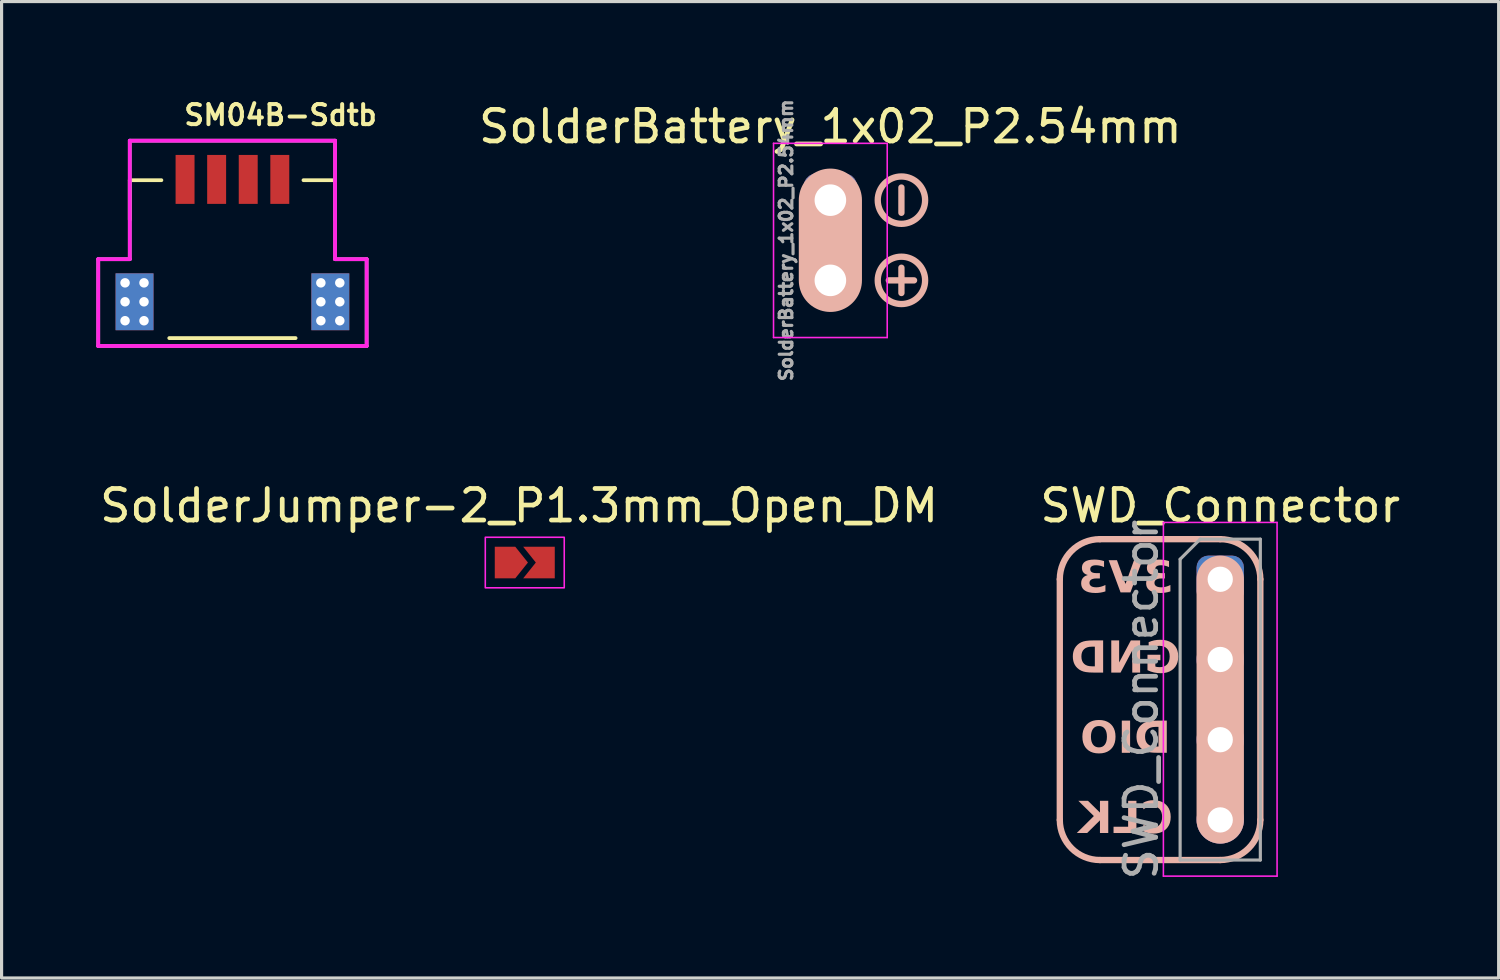
<source format=kicad_pcb>
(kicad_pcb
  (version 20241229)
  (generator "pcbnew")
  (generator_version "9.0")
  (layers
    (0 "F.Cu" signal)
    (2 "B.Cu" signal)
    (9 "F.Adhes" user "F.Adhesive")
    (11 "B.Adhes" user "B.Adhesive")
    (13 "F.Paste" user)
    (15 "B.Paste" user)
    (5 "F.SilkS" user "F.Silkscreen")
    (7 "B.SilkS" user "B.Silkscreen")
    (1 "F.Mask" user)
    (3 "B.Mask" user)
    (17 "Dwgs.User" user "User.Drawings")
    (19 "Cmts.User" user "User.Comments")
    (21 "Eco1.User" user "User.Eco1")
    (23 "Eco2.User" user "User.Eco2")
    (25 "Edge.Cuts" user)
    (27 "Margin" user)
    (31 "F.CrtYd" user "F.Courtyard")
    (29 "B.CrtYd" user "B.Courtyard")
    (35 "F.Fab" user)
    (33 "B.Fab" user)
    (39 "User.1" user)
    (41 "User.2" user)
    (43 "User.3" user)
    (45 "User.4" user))
  (footprint "SWD_Connector"
    (layer "F.Cu")
    (at 35.589 15.293)
    (property "Reference" "SWD_Connector" (at 0 -2.33 0) (layer "F.SilkS") (effects (font (size 1 1) (thickness 0.15))))
    (attr through_hole)
    (fp_line (start -5.08 7.62) (end -5.08 0) (stroke (width 0.2) (type default)) (layer "B.SilkS"))
    (fp_line (start -3.81 -1.27) (end 0 -1.27) (stroke (width 0.2) (type default)) (layer "B.SilkS"))
    (fp_line (start -3.81 8.89) (end 0 8.89) (stroke (width 0.2) (type default)) (layer "B.SilkS"))
    (fp_line (start 0.000001 -0.000001) (end 0.000001 7.62) (stroke (width 1.5) (type default)) (layer "B.SilkS"))
    (fp_line (start 1.27 0) (end 1.27 7.62) (stroke (width 0.2) (type default)) (layer "B.SilkS"))
    (fp_arc (start -5.08 0) (mid -4.708026 -0.898026) (end -3.81 -1.27) (stroke (width 0.2) (type default)) (layer "B.SilkS"))
    (fp_arc (start -3.81 8.89) (mid -4.708026 8.518026) (end -5.08 7.62) (stroke (width 0.2) (type default)) (layer "B.SilkS"))
    (fp_arc (start 0 -1.27) (mid 0.898026 -0.898026) (end 1.27 0) (stroke (width 0.2) (type default)) (layer "B.SilkS"))
    (fp_arc (start 1.27 7.62) (mid 0.898026 8.518026) (end 0 8.89) (stroke (width 0.2) (type default)) (layer "B.SilkS"))
    (fp_line (start -1.8 -1.8) (end -1.8 9.4) (stroke (width 0.05) (type solid)) (layer "F.CrtYd"))
    (fp_line (start -1.8 9.4) (end 1.8 9.4) (stroke (width 0.05) (type solid)) (layer "F.CrtYd"))
    (fp_line (start 1.8 -1.8) (end -1.8 -1.8) (stroke (width 0.05) (type solid)) (layer "F.CrtYd"))
    (fp_line (start 1.8 9.4) (end 1.8 -1.8) (stroke (width 0.05) (type solid)) (layer "F.CrtYd"))
    (fp_line (start -1.27 -0.635) (end -0.635 -1.27) (stroke (width 0.1) (type solid)) (layer "F.Fab"))
    (fp_line (start -1.27 8.89) (end -1.27 -0.635) (stroke (width 0.1) (type solid)) (layer "F.Fab"))
    (fp_line (start -0.635 -1.27) (end 1.27 -1.27) (stroke (width 0.1) (type solid)) (layer "F.Fab"))
    (fp_line (start 1.27 -1.27) (end 1.27 8.89) (stroke (width 0.1) (type solid)) (layer "F.Fab"))
    (fp_line (start 1.27 8.89) (end -1.27 8.89) (stroke (width 0.1) (type solid)) (layer "F.Fab"))
    (fp_text user "CLK" (at -3 7.62 0) (unlocked yes) (layer "B.SilkS") (effects (font (face "Hitmo2.0") (size 1 1) (thickness 0.2) (bold yes)) (justify mirror)))
    (fp_text user "GND" (at -3 2.54 0) (unlocked yes) (layer "B.SilkS") (effects (font (face "Hitmo2.0") (size 1 1) (thickness 0.2) (bold yes)) (justify mirror)))
    (fp_text user "DIO" (at -3 5.08 0) (unlocked yes) (layer "B.SilkS") (effects (font (face "Hitmo2.0") (size 1 1) (thickness 0.2) (bold yes)) (justify mirror)))
    (fp_text user "3V3" (at -3 0 0) (unlocked yes) (layer "B.SilkS") (effects (font (face "Hitmo2.0") (size 1 1) (thickness 0.2) (bold yes)) (justify mirror)))
    (fp_text user "${REFERENCE}" (at -2.5 3.81 90) (layer "F.Fab") (effects (font (size 1 1) (thickness 0.15))))
    (pad "1" thru_hole roundrect (at 0 0) (size 1.5 1.5) (drill 0.8) (layers "*.Cu" "B.Mask") (roundrect_rratio 0.25))
    (pad "2" thru_hole circle (at 0 2.54) (size 1.5 1.5) (drill 0.8) (layers "*.Cu" "B.Mask"))
    (pad "3" thru_hole circle (at 0 5.08) (size 1.5 1.5) (drill 0.8) (layers "*.Cu" "B.Mask"))
    (pad "4" thru_hole circle (at 0 7.62) (size 1.5 1.5) (drill 0.8) (layers "*.Cu" "B.Mask")))
  (footprint "SolderJumper-2_P1.3mm_Open_DM"
    (layer "F.Cu")
    (at 13.567 14.763)
    (property "Reference" "SolderJumper-2_P1.3mm_Open_DM" (at -0.18 -1.8 0) (layer "F.SilkS") (effects (font (size 1 1) (thickness 0.15))))
    (attr exclude_from_pos_files exclude_from_bom)
    (fp_rect (start -1.25 -0.8) (end 1.25 0.8) (stroke (width 0.05) (type default)) (fill no) (layer "F.CrtYd"))
    (pad "1" smd custom (at -0.6 0) (size 0.3 0.3) (layers "F.Cu" "F.Mask") (options (anchor rect)) (primitives (gr_poly (pts (xy 0.7 0) (xy 0.3 0.5) (xy -0.35 0.5) (xy -0.35 -0.5) (xy 0.3 -0.5)) (width 0) (fill yes))))
    (pad "2" smd custom (at 0.55 0) (size 0.3 0.3) (layers "F.Cu" "F.Mask") (options (anchor rect)) (primitives (gr_poly (pts (xy 0.4 0.5) (xy -0.6 0.5) (xy -0.2 0) (xy -0.6 -0.5) (xy 0.4 -0.5)) (width 0) (fill yes)))))
  (footprint "SM04B-Sdtb"
    (layer "F.Cu")
    (at 4.31 3.406)
    (property "Reference" "SM04B-Sdtb" (at 1.524 -2.812 180) (layer "F.SilkS") (effects (font (size 0.635 0.635) (thickness 0.127))))
    (attr smd)
    (fp_line (start -3.25 -0.75) (end -2.25 -0.75) (stroke (width 0.12) (type solid)) (layer "F.SilkS"))
    (fp_line (start -3.25 0.5) (end -3.25 -0.75) (stroke (width 0.12) (type solid)) (layer "F.SilkS"))
    (fp_line (start -2 4.25) (end 2 4.25) (stroke (width 0.12) (type solid)) (layer "F.SilkS"))
    (fp_line (start 3.25 -0.75) (end 2.25 -0.75) (stroke (width 0.12) (type solid)) (layer "F.SilkS"))
    (fp_line (start 3.25 0.5) (end 3.25 -0.75) (stroke (width 0.12) (type solid)) (layer "F.SilkS"))
    (fp_line (start -4.25 1.75) (end -3.25 1.75) (stroke (width 0.12) (type solid)) (layer "F.CrtYd"))
    (fp_line (start -4.25 4.5) (end -4.25 1.75) (stroke (width 0.12) (type solid)) (layer "F.CrtYd"))
    (fp_line (start -3.25 -2) (end 3.25 -2) (stroke (width 0.12) (type solid)) (layer "F.CrtYd"))
    (fp_line (start -3.25 1.75) (end -3.25 -2) (stroke (width 0.12) (type solid)) (layer "F.CrtYd"))
    (fp_line (start 3.25 -2) (end 3.25 1.75) (stroke (width 0.12) (type solid)) (layer "F.CrtYd"))
    (fp_line (start 4.25 1.75) (end 3.25 1.75) (stroke (width 0.12) (type solid)) (layer "F.CrtYd"))
    (fp_line (start 4.25 1.75) (end 4.25 4.5) (stroke (width 0.12) (type solid)) (layer "F.CrtYd"))
    (fp_line (start 4.25 4.5) (end -4.25 4.5) (stroke (width 0.12) (type solid)) (layer "F.CrtYd"))
    (fp_line (start -4.25 1.75) (end -3.25 1.75) (stroke (width 0.12) (type solid)) (layer "F.Fab"))
    (fp_line (start -4.25 4.5) (end -4.25 1.75) (stroke (width 0.12) (type solid)) (layer "F.Fab"))
    (fp_line (start -3.25 -2) (end 3.25 -2) (stroke (width 0.12) (type solid)) (layer "F.Fab"))
    (fp_line (start -3.25 1.75) (end -3.25 -2) (stroke (width 0.12) (type solid)) (layer "F.Fab"))
    (fp_line (start 3.25 -2) (end 3.25 1.75) (stroke (width 0.12) (type solid)) (layer "F.Fab"))
    (fp_line (start 3.25 1.75) (end 4.25 1.75) (stroke (width 0.12) (type solid)) (layer "F.Fab"))
    (fp_line (start 4.25 1.75) (end 4.25 4.5) (stroke (width 0.12) (type solid)) (layer "F.Fab"))
    (fp_line (start 4.25 4.5) (end -4.25 4.5) (stroke (width 0.12) (type solid)) (layer "F.Fab"))
    (pad "1" smd rect (at -1.5 -0.775) (size 0.6 1.55) (layers "F.Cu" "F.Mask" "F.Paste"))
    (pad "2" smd rect (at -0.5 -0.775) (size 0.6 1.55) (layers "F.Cu" "F.Mask" "F.Paste"))
    (pad "3" smd rect (at 0.5 -0.775) (size 0.6 1.55) (layers "F.Cu" "F.Mask" "F.Paste"))
    (pad "4" smd rect (at 1.5 -0.775) (size 0.6 1.55) (layers "F.Cu" "F.Mask" "F.Paste"))
    (pad "MP" thru_hole circle (at -3.4 2.5) (size 0.4 0.4) (drill 0.3) (layers "*.Cu" "F.Mask") (remove_unused_layers yes) (keep_end_layers yes) (zone_layer_connections))
    (pad "MP" thru_hole circle (at -3.4 3.1) (size 0.4 0.4) (drill 0.3) (layers "*.Cu" "F.Mask"))
    (pad "MP" thru_hole circle (at -3.4 3.7) (size 0.4 0.4) (drill 0.3) (layers "*.Cu" "F.Mask"))
    (pad "MP" smd rect (at -3.1 3.1) (size 1.2 1.8) (layers "F.Cu" "F.Mask" "F.Paste"))
    (pad "MP" smd rect (at -3.1 3.1) (size 1.2 1.8) (layers "B.Cu"))
    (pad "MP" thru_hole circle (at -2.8 2.5) (size 0.4 0.4) (drill 0.3) (layers "*.Cu" "F.Mask"))
    (pad "MP" thru_hole circle (at -2.8 3.1) (size 0.4 0.4) (drill 0.3) (layers "*.Cu" "F.Mask") (remove_unused_layers yes) (keep_end_layers yes) (zone_layer_connections))
    (pad "MP" thru_hole circle (at -2.8 3.7) (size 0.4 0.4) (drill 0.3) (layers "*.Cu" "F.Mask") (remove_unused_layers yes) (keep_end_layers yes) (zone_layer_connections))
    (pad "MP" thru_hole circle (at 2.8 2.5 90) (size 0.4 0.4) (drill 0.3) (layers "*.Cu" "F.Mask"))
    (pad "MP" thru_hole circle (at 2.8 3.1) (size 0.4 0.4) (drill 0.3) (layers "*.Cu" "F.Mask") (remove_unused_layers yes) (keep_end_layers yes) (zone_layer_connections))
    (pad "MP" thru_hole circle (at 2.8 3.7) (size 0.4 0.4) (drill 0.3) (layers "*.Cu" "F.Mask"))
    (pad "MP" smd rect (at 3.1 3.1) (size 1.2 1.8) (layers "F.Cu" "F.Mask" "F.Paste"))
    (pad "MP" smd rect (at 3.1 3.1) (size 1.2 1.8) (layers "B.Cu"))
    (pad "MP" thru_hole circle (at 3.4 2.5) (size 0.4 0.4) (drill 0.3) (layers "*.Cu" "F.Mask"))
    (pad "MP" thru_hole circle (at 3.4 3.1) (size 0.4 0.4) (drill 0.3) (layers "*.Cu" "F.Mask"))
    (pad "MP" thru_hole circle (at 3.4 3.7) (size 0.4 0.4) (drill 0.3) (layers "*.Cu" "F.Mask")))
  (footprint "SolderBattery_1x02_P2.54mm"
    (layer "F.Cu")
    (at 23.244 3.288)
    (property "Reference" "SolderBattery_1x02_P2.54mm" (at 0 -2.33 0) (layer "F.SilkS") (effects (font (size 1 1) (thickness 0.15))))
    (attr through_hole)
    (fp_line (start 0 2.54) (end 0 0) (stroke (width 2) (type default)) (layer "B.SilkS"))
    (fp_line (start 1.85 2.54) (end 2.65 2.54) (stroke (width 0.2) (type default)) (layer "B.SilkS"))
    (fp_line (start 2.25 -0.4) (end 2.25 0.4) (stroke (width 0.2) (type default)) (layer "B.SilkS"))
    (fp_line (start 2.25 2.14) (end 2.25 2.94) (stroke (width 0.2) (type default)) (layer "B.SilkS"))
    (fp_circle (center 2.25 0) (end 3 0) (stroke (width 0.2) (type default)) (fill no) (layer "B.SilkS"))
    (fp_circle (center 2.25 2.54) (end 3 2.54) (stroke (width 0.2) (type default)) (fill no) (layer "B.SilkS"))
    (fp_line (start -1.8 -1.8) (end -1.8 4.35) (stroke (width 0.05) (type solid)) (layer "F.CrtYd"))
    (fp_line (start -1.8 4.35) (end 1.8 4.35) (stroke (width 0.05) (type solid)) (layer "F.CrtYd"))
    (fp_line (start 1.8 -1.8) (end -1.8 -1.8) (stroke (width 0.05) (type solid)) (layer "F.CrtYd"))
    (fp_line (start 1.8 4.35) (end 1.8 -1.8) (stroke (width 0.05) (type solid)) (layer "F.CrtYd"))
    (fp_text user "${REFERENCE}" (at -1.4 1.27 90) (layer "F.Fab") (effects (font (size 0.4 0.4) (thickness 0.1))))
    (pad "1" thru_hole roundrect (at 0 0) (size 1.7 1.7) (drill 1) (layers "*.Cu" "B.Mask") (roundrect_rratio 0.25))
    (pad "2" thru_hole oval (at 0 2.54) (size 1.7 1.7) (drill 1) (layers "*.Cu" "B.Mask")))
  (gr_rect
    (start -3 -3)
    (end 44.405 27.919)
    (stroke (width 0.1) (type default))
    (fill no)
    (layer "Edge.Cuts")))
</source>
